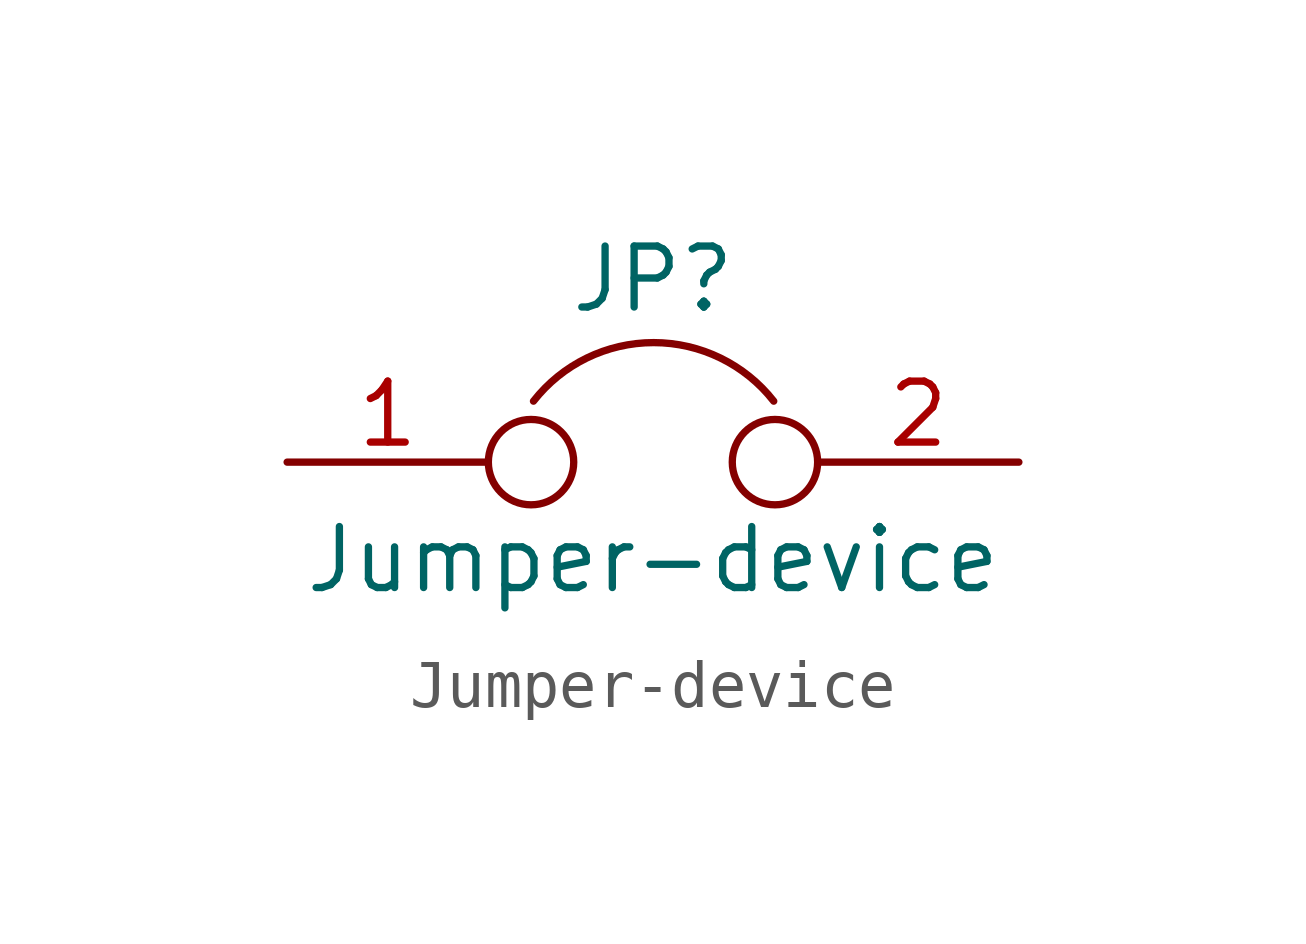
<source format=kicad_sym>
(kicad_symbol_lib
  (version 20201005)
  (generator kicad_symbol_editor)
  (symbol "custom_pads_schlib:Jumper-device"
    (pin_names
      (offset 0.762) hide)
    (property "Reference" "JP"
      (at 0 3.81 0)
      (effects (font (size 1.27 1.27))))
    (property "Value" "Jumper-device"
      (at 0 -2.032 0)
      (effects (font (size 1.27 1.27))))
    (symbol "Jumper-device_0_1"
      (arc (start -2.4892 1.27) (end 2.5146 1.27) (radius (at 0 -0.6604) (length 3.175) (angles 142.6 37.3)) (stroke (width 0)) (fill (type none)))
      (circle (center -2.54 0) (radius 0.889) (stroke (width 0)) (fill (type none)))
      (circle (center 2.54 0) (radius 0.889) (stroke (width 0)) (fill (type none)))
      (pin passive line (at -7.62 0 0) (length 4.191) (name "1" (effects (font (size 1.27 1.27)))) (number "1" (effects (font (size 1.27 1.27)))))
      (pin passive line (at 7.62 0 180) (length 4.191) (name "2" (effects (font (size 1.27 1.27)))) (number "2" (effects (font (size 1.27 1.27))))))))
</source>
